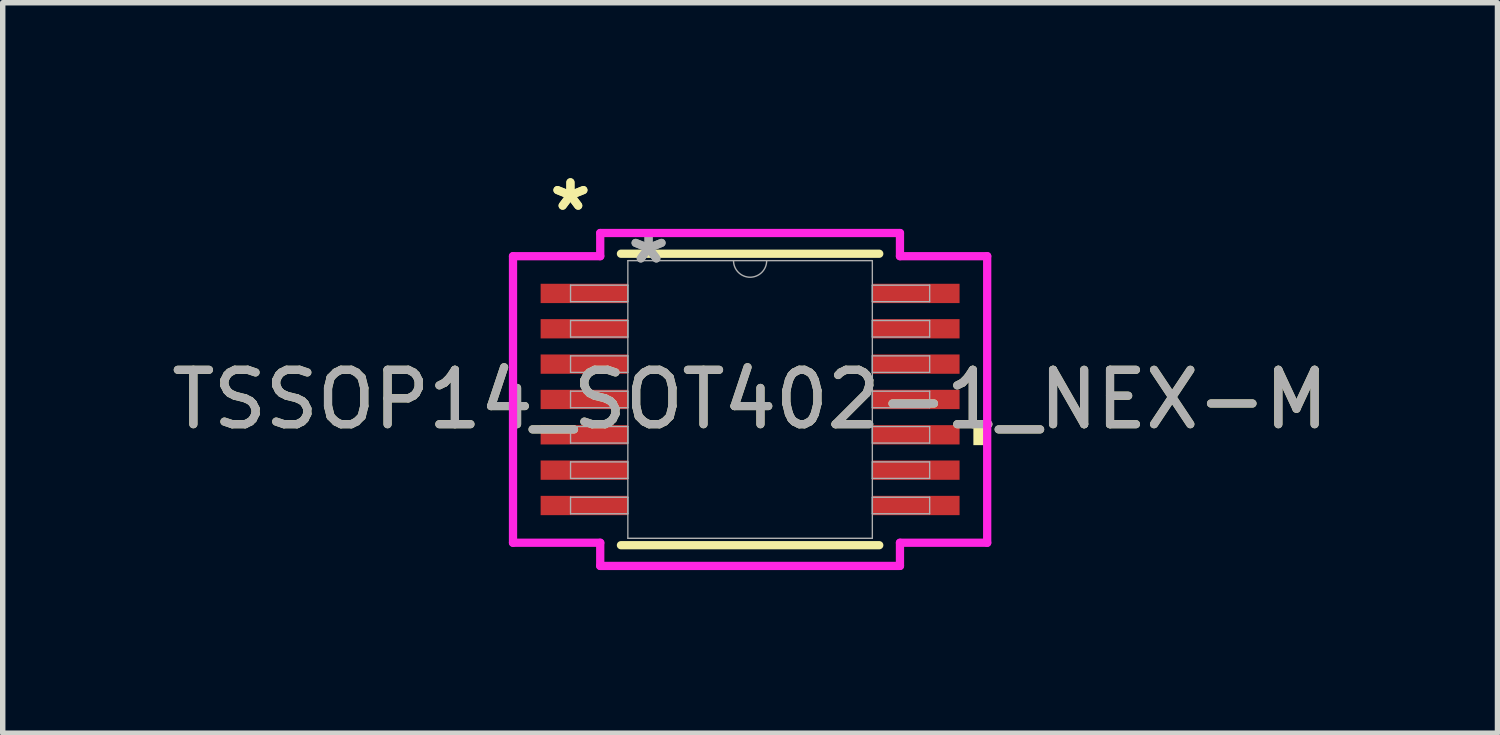
<source format=kicad_pcb>
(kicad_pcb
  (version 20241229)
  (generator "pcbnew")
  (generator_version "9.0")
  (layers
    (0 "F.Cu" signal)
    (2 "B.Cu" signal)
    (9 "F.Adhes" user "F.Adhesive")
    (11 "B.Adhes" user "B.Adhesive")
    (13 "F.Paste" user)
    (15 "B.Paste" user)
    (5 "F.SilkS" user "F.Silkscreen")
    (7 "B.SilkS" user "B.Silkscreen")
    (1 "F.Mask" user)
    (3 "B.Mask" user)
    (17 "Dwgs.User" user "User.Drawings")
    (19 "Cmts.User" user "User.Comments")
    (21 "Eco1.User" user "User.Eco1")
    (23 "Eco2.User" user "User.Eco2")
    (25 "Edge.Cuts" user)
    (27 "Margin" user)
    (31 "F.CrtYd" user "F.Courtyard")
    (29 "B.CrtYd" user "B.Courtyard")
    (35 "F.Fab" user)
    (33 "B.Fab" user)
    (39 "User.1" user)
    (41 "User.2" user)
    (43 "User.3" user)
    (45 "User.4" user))
  (footprint "TSSOP14_SOT402-1_NEX-M"
    (layer "F.Cu")
    (at 10.744 4.296)
    (property "Reference" "TSSOP14_SOT402-1_NEX-M" (at 0 0 0) (unlocked yes) (layer "F.SilkS") (effects (font (size 1 1) (thickness 0.15))))
    (attr smd)
    (fp_line (start -2.375 2.68) (end 2.375 2.68) (stroke (width 0.152) (type solid)) (layer "F.SilkS"))
    (fp_line (start 2.375 -2.68) (end -2.375 -2.68) (stroke (width 0.152) (type solid)) (layer "F.SilkS"))
    (fp_poly (pts (xy 4.36 0.459) (xy 4.36 0.84) (xy 4.106 0.84) (xy 4.106 0.459)) (stroke (width 0) (type solid)) (fill yes) (layer "F.SilkS"))
    (fp_line (start -4.36 -2.635) (end -2.756 -2.635) (stroke (width 0.152) (type solid)) (layer "F.CrtYd"))
    (fp_line (start -4.36 2.635) (end -4.36 -2.635) (stroke (width 0.152) (type solid)) (layer "F.CrtYd"))
    (fp_line (start -4.36 2.635) (end -2.756 2.635) (stroke (width 0.152) (type solid)) (layer "F.CrtYd"))
    (fp_line (start -2.756 -3.061) (end 2.756 -3.061) (stroke (width 0.152) (type solid)) (layer "F.CrtYd"))
    (fp_line (start -2.756 -2.635) (end -2.756 -3.061) (stroke (width 0.152) (type solid)) (layer "F.CrtYd"))
    (fp_line (start -2.756 3.061) (end -2.756 2.635) (stroke (width 0.152) (type solid)) (layer "F.CrtYd"))
    (fp_line (start 2.756 -3.061) (end 2.756 -2.635) (stroke (width 0.152) (type solid)) (layer "F.CrtYd"))
    (fp_line (start 2.756 2.635) (end 2.756 3.061) (stroke (width 0.152) (type solid)) (layer "F.CrtYd"))
    (fp_line (start 2.756 3.061) (end -2.756 3.061) (stroke (width 0.152) (type solid)) (layer "F.CrtYd"))
    (fp_line (start 4.36 -2.635) (end 2.756 -2.635) (stroke (width 0.152) (type solid)) (layer "F.CrtYd"))
    (fp_line (start 4.36 -2.635) (end 4.36 2.635) (stroke (width 0.152) (type solid)) (layer "F.CrtYd"))
    (fp_line (start 4.36 2.635) (end 2.756 2.635) (stroke (width 0.152) (type solid)) (layer "F.CrtYd"))
    (fp_line (start -3.302 -2.102) (end -3.302 -1.798) (stroke (width 0.025) (type solid)) (layer "F.Fab"))
    (fp_line (start -3.302 -1.798) (end -2.248 -1.798) (stroke (width 0.025) (type solid)) (layer "F.Fab"))
    (fp_line (start -3.302 -1.452) (end -3.302 -1.148) (stroke (width 0.025) (type solid)) (layer "F.Fab"))
    (fp_line (start -3.302 -1.148) (end -2.248 -1.148) (stroke (width 0.025) (type solid)) (layer "F.Fab"))
    (fp_line (start -3.302 -0.802) (end -3.302 -0.498) (stroke (width 0.025) (type solid)) (layer "F.Fab"))
    (fp_line (start -3.302 -0.498) (end -2.248 -0.498) (stroke (width 0.025) (type solid)) (layer "F.Fab"))
    (fp_line (start -3.302 -0.152) (end -3.302 0.152) (stroke (width 0.025) (type solid)) (layer "F.Fab"))
    (fp_line (start -3.302 0.152) (end -2.248 0.152) (stroke (width 0.025) (type solid)) (layer "F.Fab"))
    (fp_line (start -3.302 0.498) (end -3.302 0.802) (stroke (width 0.025) (type solid)) (layer "F.Fab"))
    (fp_line (start -3.302 0.802) (end -2.248 0.802) (stroke (width 0.025) (type solid)) (layer "F.Fab"))
    (fp_line (start -3.302 1.148) (end -3.302 1.452) (stroke (width 0.025) (type solid)) (layer "F.Fab"))
    (fp_line (start -3.302 1.452) (end -2.248 1.452) (stroke (width 0.025) (type solid)) (layer "F.Fab"))
    (fp_line (start -3.302 1.798) (end -3.302 2.102) (stroke (width 0.025) (type solid)) (layer "F.Fab"))
    (fp_line (start -3.302 2.102) (end -2.248 2.102) (stroke (width 0.025) (type solid)) (layer "F.Fab"))
    (fp_line (start -2.248 -2.553) (end -2.248 2.553) (stroke (width 0.025) (type solid)) (layer "F.Fab"))
    (fp_line (start -2.248 -2.102) (end -3.302 -2.102) (stroke (width 0.025) (type solid)) (layer "F.Fab"))
    (fp_line (start -2.248 -1.798) (end -2.248 -2.102) (stroke (width 0.025) (type solid)) (layer "F.Fab"))
    (fp_line (start -2.248 -1.452) (end -3.302 -1.452) (stroke (width 0.025) (type solid)) (layer "F.Fab"))
    (fp_line (start -2.248 -1.148) (end -2.248 -1.452) (stroke (width 0.025) (type solid)) (layer "F.Fab"))
    (fp_line (start -2.248 -0.802) (end -3.302 -0.802) (stroke (width 0.025) (type solid)) (layer "F.Fab"))
    (fp_line (start -2.248 -0.498) (end -2.248 -0.802) (stroke (width 0.025) (type solid)) (layer "F.Fab"))
    (fp_line (start -2.248 -0.152) (end -3.302 -0.152) (stroke (width 0.025) (type solid)) (layer "F.Fab"))
    (fp_line (start -2.248 0.152) (end -2.248 -0.152) (stroke (width 0.025) (type solid)) (layer "F.Fab"))
    (fp_line (start -2.248 0.498) (end -3.302 0.498) (stroke (width 0.025) (type solid)) (layer "F.Fab"))
    (fp_line (start -2.248 0.802) (end -2.248 0.498) (stroke (width 0.025) (type solid)) (layer "F.Fab"))
    (fp_line (start -2.248 1.148) (end -3.302 1.148) (stroke (width 0.025) (type solid)) (layer "F.Fab"))
    (fp_line (start -2.248 1.452) (end -2.248 1.148) (stroke (width 0.025) (type solid)) (layer "F.Fab"))
    (fp_line (start -2.248 1.798) (end -3.302 1.798) (stroke (width 0.025) (type solid)) (layer "F.Fab"))
    (fp_line (start -2.248 2.102) (end -2.248 1.798) (stroke (width 0.025) (type solid)) (layer "F.Fab"))
    (fp_line (start -2.248 2.553) (end 2.248 2.553) (stroke (width 0.025) (type solid)) (layer "F.Fab"))
    (fp_line (start 2.248 -2.553) (end -2.248 -2.553) (stroke (width 0.025) (type solid)) (layer "F.Fab"))
    (fp_line (start 2.248 -2.102) (end 2.248 -1.798) (stroke (width 0.025) (type solid)) (layer "F.Fab"))
    (fp_line (start 2.248 -1.798) (end 3.302 -1.798) (stroke (width 0.025) (type solid)) (layer "F.Fab"))
    (fp_line (start 2.248 -1.452) (end 2.248 -1.148) (stroke (width 0.025) (type solid)) (layer "F.Fab"))
    (fp_line (start 2.248 -1.148) (end 3.302 -1.148) (stroke (width 0.025) (type solid)) (layer "F.Fab"))
    (fp_line (start 2.248 -0.802) (end 2.248 -0.498) (stroke (width 0.025) (type solid)) (layer "F.Fab"))
    (fp_line (start 2.248 -0.498) (end 3.302 -0.498) (stroke (width 0.025) (type solid)) (layer "F.Fab"))
    (fp_line (start 2.248 -0.152) (end 2.248 0.152) (stroke (width 0.025) (type solid)) (layer "F.Fab"))
    (fp_line (start 2.248 0.152) (end 3.302 0.152) (stroke (width 0.025) (type solid)) (layer "F.Fab"))
    (fp_line (start 2.248 0.498) (end 2.248 0.802) (stroke (width 0.025) (type solid)) (layer "F.Fab"))
    (fp_line (start 2.248 0.802) (end 3.302 0.802) (stroke (width 0.025) (type solid)) (layer "F.Fab"))
    (fp_line (start 2.248 1.148) (end 2.248 1.452) (stroke (width 0.025) (type solid)) (layer "F.Fab"))
    (fp_line (start 2.248 1.452) (end 3.302 1.452) (stroke (width 0.025) (type solid)) (layer "F.Fab"))
    (fp_line (start 2.248 1.798) (end 2.248 2.102) (stroke (width 0.025) (type solid)) (layer "F.Fab"))
    (fp_line (start 2.248 2.102) (end 3.302 2.102) (stroke (width 0.025) (type solid)) (layer "F.Fab"))
    (fp_line (start 2.248 2.553) (end 2.248 -2.553) (stroke (width 0.025) (type solid)) (layer "F.Fab"))
    (fp_line (start 3.302 -2.102) (end 2.248 -2.102) (stroke (width 0.025) (type solid)) (layer "F.Fab"))
    (fp_line (start 3.302 -1.798) (end 3.302 -2.102) (stroke (width 0.025) (type solid)) (layer "F.Fab"))
    (fp_line (start 3.302 -1.452) (end 2.248 -1.452) (stroke (width 0.025) (type solid)) (layer "F.Fab"))
    (fp_line (start 3.302 -1.148) (end 3.302 -1.452) (stroke (width 0.025) (type solid)) (layer "F.Fab"))
    (fp_line (start 3.302 -0.802) (end 2.248 -0.802) (stroke (width 0.025) (type solid)) (layer "F.Fab"))
    (fp_line (start 3.302 -0.498) (end 3.302 -0.802) (stroke (width 0.025) (type solid)) (layer "F.Fab"))
    (fp_line (start 3.302 -0.152) (end 2.248 -0.152) (stroke (width 0.025) (type solid)) (layer "F.Fab"))
    (fp_line (start 3.302 0.152) (end 3.302 -0.152) (stroke (width 0.025) (type solid)) (layer "F.Fab"))
    (fp_line (start 3.302 0.498) (end 2.248 0.498) (stroke (width 0.025) (type solid)) (layer "F.Fab"))
    (fp_line (start 3.302 0.802) (end 3.302 0.498) (stroke (width 0.025) (type solid)) (layer "F.Fab"))
    (fp_line (start 3.302 1.148) (end 2.248 1.148) (stroke (width 0.025) (type solid)) (layer "F.Fab"))
    (fp_line (start 3.302 1.452) (end 3.302 1.148) (stroke (width 0.025) (type solid)) (layer "F.Fab"))
    (fp_line (start 3.302 1.798) (end 2.248 1.798) (stroke (width 0.025) (type solid)) (layer "F.Fab"))
    (fp_line (start 3.302 2.102) (end 3.302 1.798) (stroke (width 0.025) (type solid)) (layer "F.Fab"))
    (fp_arc (start 0.3048 -2.5527) (mid 0 -2.2479) (end -0.3048 -2.5527) (stroke (width 0.0254) (type solid)) (layer "F.Fab"))
    (fp_text user "*" (at -3.304 -3.448 0) (layer "F.SilkS") (effects (font (size 1 1) (thickness 0.15))))
    (fp_text user "*" (at -3.304 -3.448 0) (unlocked yes) (layer "F.SilkS") (effects (font (size 1 1) (thickness 0.15))))
    (fp_text user "*" (at -1.867 -2.477 0) (layer "F.Fab") (effects (font (size 1 1) (thickness 0.15))))
    (fp_text user "*" (at -1.867 -2.477 0) (unlocked yes) (layer "F.Fab") (effects (font (size 1 1) (thickness 0.15))))
    (fp_text user "${REFERENCE}" (at 0 0 0) (unlocked yes) (layer "F.Fab") (effects (font (size 1 1) (thickness 0.15))))
    (pad "1" smd rect (at -3.05 -1.95) (size 1.604 0.355) (layers "F.Cu" "F.Mask" "F.Paste"))
    (pad "2" smd rect (at -3.05 -1.3) (size 1.604 0.355) (layers "F.Cu" "F.Mask" "F.Paste"))
    (pad "3" smd rect (at -3.05 -0.65) (size 1.604 0.355) (layers "F.Cu" "F.Mask" "F.Paste"))
    (pad "4" smd rect (at -3.05 0) (size 1.604 0.355) (layers "F.Cu" "F.Mask" "F.Paste"))
    (pad "5" smd rect (at -3.05 0.65) (size 1.604 0.355) (layers "F.Cu" "F.Mask" "F.Paste"))
    (pad "6" smd rect (at -3.05 1.3) (size 1.604 0.355) (layers "F.Cu" "F.Mask" "F.Paste"))
    (pad "7" smd rect (at -3.05 1.95) (size 1.604 0.355) (layers "F.Cu" "F.Mask" "F.Paste"))
    (pad "8" smd rect (at 3.05 1.95) (size 1.604 0.355) (layers "F.Cu" "F.Mask" "F.Paste"))
    (pad "9" smd rect (at 3.05 1.3) (size 1.604 0.355) (layers "F.Cu" "F.Mask" "F.Paste"))
    (pad "10" smd rect (at 3.05 0.65) (size 1.604 0.355) (layers "F.Cu" "F.Mask" "F.Paste"))
    (pad "11" smd rect (at 3.05 0) (size 1.604 0.355) (layers "F.Cu" "F.Mask" "F.Paste"))
    (pad "12" smd rect (at 3.05 -0.65) (size 1.604 0.355) (layers "F.Cu" "F.Mask" "F.Paste"))
    (pad "13" smd rect (at 3.05 -1.3) (size 1.604 0.355) (layers "F.Cu" "F.Mask" "F.Paste"))
    (pad "14" smd rect (at 3.05 -1.95) (size 1.604 0.355) (layers "F.Cu" "F.Mask" "F.Paste")))
  (gr_rect
    (start -3 -3)
    (end 24.488 10.433)
    (stroke (width 0.1) (type default))
    (fill no)
    (layer "Edge.Cuts")))
</source>
